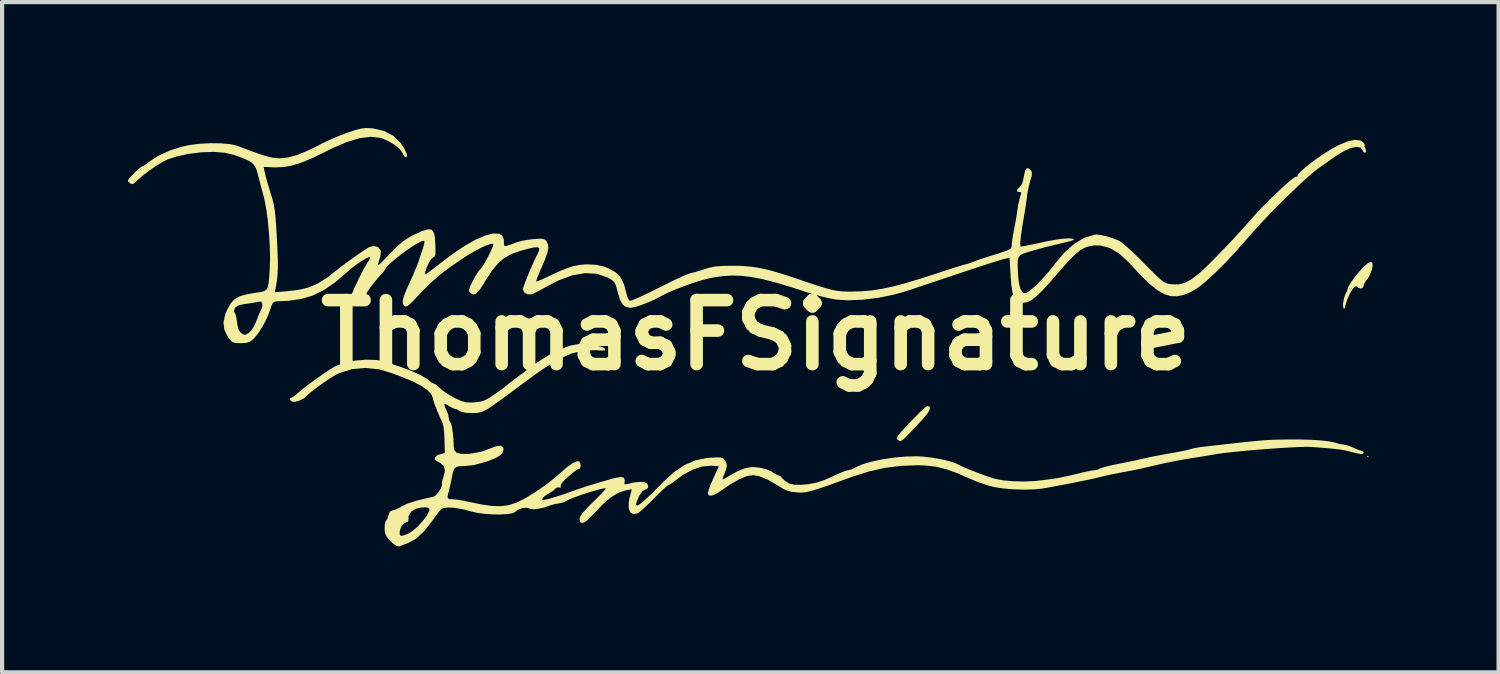
<source format=kicad_pcb>
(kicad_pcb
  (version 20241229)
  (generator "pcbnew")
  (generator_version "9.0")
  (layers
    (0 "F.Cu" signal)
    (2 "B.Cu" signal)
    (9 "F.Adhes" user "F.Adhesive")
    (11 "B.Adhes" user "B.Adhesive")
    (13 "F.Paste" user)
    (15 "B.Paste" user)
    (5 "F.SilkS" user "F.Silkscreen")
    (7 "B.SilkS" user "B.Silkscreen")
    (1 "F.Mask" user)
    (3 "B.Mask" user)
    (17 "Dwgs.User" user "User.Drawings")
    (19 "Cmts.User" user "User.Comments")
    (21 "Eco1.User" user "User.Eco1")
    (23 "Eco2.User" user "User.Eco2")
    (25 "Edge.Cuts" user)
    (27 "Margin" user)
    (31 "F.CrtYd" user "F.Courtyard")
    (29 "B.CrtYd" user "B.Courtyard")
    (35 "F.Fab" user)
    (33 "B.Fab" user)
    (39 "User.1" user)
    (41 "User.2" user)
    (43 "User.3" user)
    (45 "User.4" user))
  (footprint "ThomasFSignature"
    (layer "F.Cu")
    (at 14.962 4.935)
    (property "Reference" "ThomasFSignature" (at 0 0 0) (layer "F.SilkS") (effects (font (size 1.524 1.524) (thickness 0.3))))
    (attr board_only exclude_from_pos_files exclude_from_bom)
    (fp_poly (pts (xy 14.596 2.892) (xy 14.577 2.912) (xy 14.558 2.892) (xy 14.577 2.873)) (stroke (width 0) (type solid)) (fill yes) (layer "F.SilkS"))
    (fp_poly (pts (xy 4.141 1.709) (xy 4.137 1.775) (xy 4.079 1.875) (xy 3.994 1.976) (xy 3.816 2.169) (xy 3.682 2.313) (xy 3.585 2.414) (xy 3.517 2.478) (xy 3.47 2.512) (xy 3.438 2.523) (xy 3.411 2.516) (xy 3.383 2.498) (xy 3.374 2.493) (xy 3.352 2.462) (xy 3.371 2.411) (xy 3.437 2.327) (xy 3.468 2.292) (xy 3.623 2.123) (xy 3.771 1.969) (xy 3.901 1.84) (xy 4.005 1.744) (xy 4.072 1.692) (xy 4.089 1.686)) (stroke (width 0) (type solid)) (fill yes) (layer "F.SilkS"))
    (fp_poly (pts (xy 14.679 -1.733) (xy 14.693 -1.673) (xy 14.676 -1.572) (xy 14.636 -1.458) (xy 14.583 -1.356) (xy 14.537 -1.301) (xy 14.489 -1.225) (xy 14.481 -1.183) (xy 14.452 -1.122) (xy 14.405 -1.111) (xy 14.343 -1.127) (xy 14.328 -1.15) (xy 14.303 -1.166) (xy 14.26 -1.146) (xy 14.207 -1.086) (xy 14.145 -0.98) (xy 14.088 -0.855) (xy 14.051 -0.74) (xy 14.045 -0.711) (xy 14.024 -0.636) (xy 14.001 -0.63) (xy 13.986 -0.686) (xy 13.986 -0.747) (xy 14.006 -0.87) (xy 14.04 -0.973) (xy 14.047 -0.985) (xy 14.086 -1.063) (xy 14.098 -1.108) (xy 14.122 -1.172) (xy 14.186 -1.274) (xy 14.275 -1.396) (xy 14.378 -1.52) (xy 14.478 -1.626) (xy 14.576 -1.713) (xy 14.639 -1.746)) (stroke (width 0) (type solid)) (fill yes) (layer "F.SilkS"))
    (fp_poly (pts (xy -3.886 0.201) (xy -3.821 0.219) (xy -3.815 0.225) (xy -3.758 0.262) (xy -3.719 0.268) (xy -3.635 0.296) (xy -3.603 0.324) (xy -3.588 0.352) (xy -3.613 0.366) (xy -3.689 0.366) (xy -3.822 0.357) (xy -4.109 0.365) (xy -4.402 0.439) (xy -4.711 0.58) (xy -4.883 0.684) (xy -4.989 0.752) (xy -5.076 0.808) (xy -5.1 0.823) (xy -5.15 0.858) (xy -5.25 0.93) (xy -5.389 1.032) (xy -5.555 1.154) (xy -5.704 1.264) (xy -5.945 1.443) (xy -6.134 1.581) (xy -6.28 1.685) (xy -6.392 1.758) (xy -6.48 1.806) (xy -6.553 1.835) (xy -6.621 1.85) (xy -6.692 1.855) (xy -6.77 1.856) (xy -6.917 1.849) (xy -7.021 1.829) (xy -7.055 1.81) (xy -7.125 1.768) (xy -7.156 1.762) (xy -7.222 1.741) (xy -7.311 1.69) (xy -7.321 1.683) (xy -7.399 1.637) (xy -7.428 1.647) (xy -7.41 1.714) (xy -7.375 1.787) (xy -7.334 1.893) (xy -7.318 1.983) (xy -7.305 2.05) (xy -7.284 2.069) (xy -7.264 2.104) (xy -7.243 2.195) (xy -7.224 2.322) (xy -7.21 2.466) (xy -7.202 2.606) (xy -7.202 2.648) (xy -7.186 2.744) (xy -7.13 2.803) (xy -7.022 2.829) (xy -6.853 2.828) (xy -6.828 2.827) (xy -6.548 2.778) (xy -6.351 2.707) (xy -6.187 2.645) (xy -6.078 2.633) (xy -6.023 2.672) (xy -6.015 2.717) (xy -6.033 2.795) (xy -6.094 2.863) (xy -6.209 2.93) (xy -6.388 3.003) (xy -6.398 3.007) (xy -6.714 3.094) (xy -6.931 3.117) (xy -7.058 3.122) (xy -7.14 3.14) (xy -7.191 3.186) (xy -7.224 3.275) (xy -7.253 3.42) (xy -7.262 3.467) (xy -7.287 3.588) (xy -7.319 3.716) (xy -7.347 3.828) (xy -7.345 3.885) (xy -7.306 3.906) (xy -7.231 3.909) (xy -7.127 3.918) (xy -6.984 3.941) (xy -6.858 3.967) (xy -6.548 4.032) (xy -6.293 4.069) (xy -6.078 4.075) (xy -5.885 4.049) (xy -5.698 3.987) (xy -5.5 3.888) (xy -5.276 3.75) (xy -5.264 3.743) (xy -5.087 3.621) (xy -4.909 3.49) (xy -4.755 3.367) (xy -4.674 3.295) (xy -4.507 3.148) (xy -4.369 3.05) (xy -4.266 3.004) (xy -4.213 3.008) (xy -4.184 3.055) (xy -4.177 3.123) (xy -4.192 3.173) (xy -4.206 3.18) (xy -4.267 3.207) (xy -4.373 3.286) (xy -4.519 3.411) (xy -4.546 3.437) (xy -4.629 3.527) (xy -4.656 3.592) (xy -4.652 3.606) (xy -4.648 3.637) (xy -4.686 3.628) (xy -4.754 3.632) (xy -4.778 3.655) (xy -4.831 3.706) (xy -4.92 3.763) (xy -4.93 3.768) (xy -5.033 3.832) (xy -5.089 3.89) (xy -5.09 3.926) (xy -5.044 3.925) (xy -4.939 3.901) (xy -4.787 3.857) (xy -4.601 3.797) (xy -4.392 3.724) (xy -4.367 3.715) (xy -4.213 3.66) (xy -4.063 3.61) (xy -3.898 3.559) (xy -3.702 3.5) (xy -3.456 3.429) (xy -3.363 3.403) (xy -3.223 3.378) (xy -3.144 3.399) (xy -3.126 3.467) (xy -3.131 3.488) (xy -3.136 3.548) (xy -3.096 3.555) (xy -3.08 3.55) (xy -2.917 3.512) (xy -2.767 3.495) (xy -2.657 3.502) (xy -2.647 3.504) (xy -2.585 3.549) (xy -2.567 3.612) (xy -2.593 3.664) (xy -2.639 3.678) (xy -2.708 3.715) (xy -2.781 3.827) (xy -2.795 3.855) (xy -2.846 3.977) (xy -2.859 4.046) (xy -2.832 4.062) (xy -2.763 4.025) (xy -2.651 3.932) (xy -2.494 3.784) (xy -2.29 3.578) (xy -2.241 3.527) (xy -1.971 3.277) (xy -1.708 3.097) (xy -1.441 2.982) (xy -1.16 2.925) (xy -1.091 2.92) (xy -0.938 2.913) (xy -0.843 2.914) (xy -0.788 2.93) (xy -0.754 2.963) (xy -0.729 3.005) (xy -0.702 3.061) (xy -0.694 3.113) (xy -0.707 3.18) (xy -0.744 3.282) (xy -0.788 3.388) (xy -0.801 3.431) (xy -0.782 3.435) (xy -0.718 3.4) (xy -0.675 3.374) (xy -0.456 3.25) (xy -0.276 3.175) (xy -0.119 3.144) (xy -0.069 3.142) (xy 0.085 3.157) (xy 0.241 3.194) (xy 0.37 3.247) (xy 0.43 3.288) (xy 0.497 3.328) (xy 0.523 3.333) (xy 0.581 3.361) (xy 0.62 3.404) (xy 0.69 3.472) (xy 0.785 3.533) (xy 0.903 3.563) (xy 1.068 3.567) (xy 1.26 3.549) (xy 1.454 3.51) (xy 1.627 3.453) (xy 1.647 3.444) (xy 1.794 3.378) (xy 1.946 3.309) (xy 1.984 3.292) (xy 2.093 3.248) (xy 2.179 3.221) (xy 2.202 3.218) (xy 2.269 3.2) (xy 2.364 3.155) (xy 2.383 3.145) (xy 2.543 3.074) (xy 2.761 3.011) (xy 3.017 2.958) (xy 3.293 2.917) (xy 3.57 2.892) (xy 3.828 2.886) (xy 3.965 2.893) (xy 4.173 2.916) (xy 4.382 2.951) (xy 4.571 2.993) (xy 4.719 3.038) (xy 4.783 3.065) (xy 4.917 3.131) (xy 5.098 3.208) (xy 5.3 3.288) (xy 5.498 3.36) (xy 5.665 3.414) (xy 5.71 3.426) (xy 5.9 3.461) (xy 6.136 3.481) (xy 6.387 3.487) (xy 6.623 3.477) (xy 6.685 3.471) (xy 6.787 3.459) (xy 6.929 3.442) (xy 7.03 3.43) (xy 7.174 3.407) (xy 7.359 3.371) (xy 7.554 3.327) (xy 7.622 3.31) (xy 7.787 3.27) (xy 7.931 3.239) (xy 8.034 3.221) (xy 8.065 3.218) (xy 8.147 3.203) (xy 8.181 3.183) (xy 8.232 3.162) (xy 8.341 3.132) (xy 8.491 3.096) (xy 8.639 3.066) (xy 8.836 3.026) (xy 9.03 2.986) (xy 9.193 2.95) (xy 9.271 2.932) (xy 9.404 2.902) (xy 9.583 2.867) (xy 9.778 2.831) (xy 9.865 2.816) (xy 10.038 2.786) (xy 10.193 2.755) (xy 10.305 2.73) (xy 10.344 2.718) (xy 10.443 2.692) (xy 10.573 2.67) (xy 10.612 2.664) (xy 10.989 2.621) (xy 11.3 2.586) (xy 11.554 2.558) (xy 11.762 2.536) (xy 11.932 2.52) (xy 12.075 2.507) (xy 12.2 2.499) (xy 12.317 2.493) (xy 12.437 2.489) (xy 12.567 2.487) (xy 12.662 2.485) (xy 12.953 2.485) (xy 13.225 2.493) (xy 13.464 2.509) (xy 13.656 2.531) (xy 13.787 2.559) (xy 13.806 2.565) (xy 13.914 2.596) (xy 13.995 2.606) (xy 14.082 2.624) (xy 14.196 2.665) (xy 14.232 2.682) (xy 14.337 2.728) (xy 14.416 2.754) (xy 14.434 2.757) (xy 14.477 2.781) (xy 14.471 2.82) (xy 14.432 2.835) (xy 14.37 2.826) (xy 14.261 2.802) (xy 14.16 2.777) (xy 14.069 2.754) (xy 13.98 2.736) (xy 13.88 2.721) (xy 13.754 2.707) (xy 13.587 2.691) (xy 13.366 2.674) (xy 13.227 2.663) (xy 13.11 2.661) (xy 12.931 2.666) (xy 12.704 2.677) (xy 12.443 2.693) (xy 12.164 2.713) (xy 11.879 2.735) (xy 11.604 2.76) (xy 11.353 2.785) (xy 11.139 2.809) (xy 10.978 2.833) (xy 10.957 2.836) (xy 10.823 2.859) (xy 10.644 2.889) (xy 10.449 2.919) (xy 10.367 2.932) (xy 10.159 2.967) (xy 9.915 3.014) (xy 9.674 3.064) (xy 9.563 3.09) (xy 9.337 3.142) (xy 9.158 3.183) (xy 8.996 3.217) (xy 8.822 3.25) (xy 8.62 3.288) (xy 8.458 3.32) (xy 8.275 3.362) (xy 8.179 3.385) (xy 8.054 3.415) (xy 7.871 3.454) (xy 7.65 3.499) (xy 7.41 3.547) (xy 7.168 3.593) (xy 6.944 3.634) (xy 6.81 3.657) (xy 6.619 3.676) (xy 6.383 3.681) (xy 6.128 3.673) (xy 5.885 3.652) (xy 5.681 3.621) (xy 5.666 3.618) (xy 5.484 3.567) (xy 5.278 3.496) (xy 5.095 3.42) (xy 4.792 3.287) (xy 4.529 3.194) (xy 4.289 3.135) (xy 4.049 3.106) (xy 3.85 3.099) (xy 3.445 3.115) (xy 3.07 3.162) (xy 2.697 3.246) (xy 2.296 3.373) (xy 2.241 3.393) (xy 1.942 3.501) (xy 1.706 3.586) (xy 1.521 3.649) (xy 1.378 3.694) (xy 1.268 3.724) (xy 1.18 3.741) (xy 1.105 3.749) (xy 1.032 3.749) (xy 0.977 3.746) (xy 0.83 3.73) (xy 0.709 3.692) (xy 0.577 3.62) (xy 0.524 3.585) (xy 0.274 3.439) (xy 0.059 3.356) (xy -0.081 3.335) (xy -0.221 3.36) (xy -0.4 3.434) (xy -0.605 3.55) (xy -0.762 3.658) (xy -0.925 3.767) (xy -1.046 3.822) (xy -1.122 3.822) (xy -1.149 3.768) (xy -1.149 3.764) (xy -1.133 3.699) (xy -1.092 3.587) (xy -1.033 3.448) (xy -1.016 3.41) (xy -0.884 3.122) (xy -1.074 3.111) (xy -1.286 3.13) (xy -1.518 3.208) (xy -1.75 3.335) (xy -1.907 3.454) (xy -1.993 3.521) (xy -2.058 3.559) (xy -2.072 3.563) (xy -2.113 3.589) (xy -2.194 3.659) (xy -2.305 3.763) (xy -2.425 3.884) (xy -2.556 4.014) (xy -2.675 4.127) (xy -2.767 4.207) (xy -2.816 4.242) (xy -2.92 4.266) (xy -2.993 4.225) (xy -3.032 4.129) (xy -3.033 3.985) (xy -3.01 3.868) (xy -2.959 3.671) (xy -3.098 3.696) (xy -3.27 3.751) (xy -3.445 3.855) (xy -3.635 4.016) (xy -3.806 4.193) (xy -3.95 4.344) (xy -4.055 4.437) (xy -4.128 4.476) (xy -4.176 4.465) (xy -4.199 4.428) (xy -4.205 4.374) (xy -4.18 4.307) (xy -4.117 4.22) (xy -4.009 4.101) (xy -3.852 3.945) (xy -3.735 3.829) (xy -3.643 3.733) (xy -3.589 3.669) (xy -3.578 3.65) (xy -3.624 3.65) (xy -3.724 3.672) (xy -3.861 3.71) (xy -4.019 3.758) (xy -4.18 3.811) (xy -4.328 3.864) (xy -4.445 3.911) (xy -4.514 3.946) (xy -4.524 3.955) (xy -4.573 3.98) (xy -4.667 4.003) (xy -4.696 4.008) (xy -4.815 4.03) (xy -4.912 4.059) (xy -4.923 4.063) (xy -5.048 4.108) (xy -5.183 4.137) (xy -5.302 4.148) (xy -5.381 4.137) (xy -5.389 4.132) (xy -5.465 4.111) (xy -5.571 4.123) (xy -5.673 4.161) (xy -5.733 4.209) (xy -5.795 4.241) (xy -5.916 4.262) (xy -6.077 4.272) (xy -6.261 4.271) (xy -6.45 4.259) (xy -6.627 4.237) (xy -6.774 4.204) (xy -6.781 4.202) (xy -6.983 4.148) (xy -7.174 4.116) (xy -7.336 4.106) (xy -7.453 4.121) (xy -7.493 4.14) (xy -7.545 4.197) (xy -7.623 4.297) (xy -7.707 4.416) (xy -7.904 4.669) (xy -8.101 4.85) (xy -8.294 4.956) (xy -8.405 4.996) (xy -8.49 5.028) (xy -8.505 5.034) (xy -8.57 5.021) (xy -8.666 4.949) (xy -8.706 4.909) (xy -8.796 4.805) (xy -8.839 4.714) (xy -8.843 4.674) (xy -8.489 4.674) (xy -8.488 4.752) (xy -8.459 4.783) (xy -8.388 4.77) (xy -8.296 4.734) (xy -8.185 4.667) (xy -8.062 4.562) (xy -7.945 4.436) (xy -7.849 4.309) (xy -7.79 4.197) (xy -7.778 4.147) (xy -7.81 4.112) (xy -7.894 4.101) (xy -8.01 4.113) (xy -8.115 4.141) (xy -8.221 4.21) (xy -8.279 4.315) (xy -8.281 4.396) (xy -8.291 4.441) (xy -8.302 4.445) (xy -8.383 4.481) (xy -8.453 4.565) (xy -8.489 4.666) (xy -8.489 4.674) (xy -8.843 4.674) (xy -8.85 4.605) (xy -8.85 4.605) (xy -8.842 4.502) (xy -8.824 4.436) (xy -8.816 4.428) (xy -8.786 4.379) (xy -8.76 4.292) (xy -8.724 4.202) (xy -8.661 4.176) (xy -8.582 4.155) (xy -8.48 4.103) (xy -8.45 4.084) (xy -8.314 4.017) (xy -8.104 3.948) (xy -7.822 3.879) (xy -7.679 3.849) (xy -7.625 3.813) (xy -7.564 3.738) (xy -7.51 3.65) (xy -7.481 3.573) (xy -7.485 3.536) (xy -7.483 3.493) (xy -7.456 3.409) (xy -7.448 3.387) (xy -7.411 3.236) (xy -7.438 3.118) (xy -7.526 3.041) (xy -7.551 3.031) (xy -7.64 2.979) (xy -7.656 2.92) (xy -7.6 2.865) (xy -7.538 2.842) (xy -7.413 2.809) (xy -7.422 2.487) (xy -7.43 2.328) (xy -7.445 2.192) (xy -7.463 2.102) (xy -7.468 2.088) (xy -7.538 1.94) (xy -7.603 1.786) (xy -7.657 1.646) (xy -7.692 1.541) (xy -7.7 1.497) (xy -7.736 1.406) (xy -7.836 1.304) (xy -7.991 1.199) (xy -8.191 1.096) (xy -8.333 1.038) (xy -8.466 0.986) (xy -8.58 0.942) (xy -8.639 0.918) (xy -8.967 0.817) (xy -9.301 0.781) (xy -9.625 0.809) (xy -9.925 0.903) (xy -9.98 0.929) (xy -10.086 0.989) (xy -10.219 1.075) (xy -10.363 1.174) (xy -10.5 1.275) (xy -10.614 1.365) (xy -10.687 1.431) (xy -10.702 1.449) (xy -10.767 1.506) (xy -10.87 1.556) (xy -10.977 1.587) (xy -11.05 1.585) (xy -11.1 1.548) (xy -11.107 1.508) (xy -11.077 1.494) (xy -11.031 1.47) (xy -10.953 1.411) (xy -10.914 1.377) (xy -10.797 1.28) (xy -10.642 1.161) (xy -10.468 1.034) (xy -10.295 0.913) (xy -10.14 0.811) (xy -10.023 0.741) (xy -10.011 0.735) (xy -9.809 0.66) (xy -9.561 0.608) (xy -9.297 0.584) (xy -9.069 0.59) (xy -8.928 0.607) (xy -8.817 0.627) (xy -8.758 0.648) (xy -8.757 0.648) (xy -8.699 0.677) (xy -8.594 0.716) (xy -8.511 0.742) (xy -8.348 0.798) (xy -8.175 0.868) (xy -8.012 0.944) (xy -7.878 1.016) (xy -7.792 1.076) (xy -7.78 1.088) (xy -7.718 1.139) (xy -7.684 1.149) (xy -7.63 1.175) (xy -7.553 1.239) (xy -7.53 1.263) (xy -7.438 1.339) (xy -7.306 1.426) (xy -7.177 1.497) (xy -7.033 1.564) (xy -6.92 1.598) (xy -6.805 1.606) (xy -6.707 1.602) (xy -6.572 1.585) (xy -6.461 1.551) (xy -6.342 1.487) (xy -6.238 1.417) (xy -6.116 1.33) (xy -6.017 1.258) (xy -5.959 1.212) (xy -5.954 1.208) (xy -5.903 1.165) (xy -5.811 1.094) (xy -5.733 1.034) (xy -5.591 0.929) (xy -5.437 0.813) (xy -5.372 0.763) (xy -5.249 0.675) (xy -5.107 0.581) (xy -4.963 0.49) (xy -4.833 0.414) (xy -4.734 0.362) (xy -4.684 0.345) (xy -4.628 0.329) (xy -4.538 0.29) (xy -4.526 0.284) (xy -4.427 0.25) (xy -4.292 0.223) (xy -4.143 0.204) (xy -4 0.196)) (stroke (width 0) (type solid)) (fill yes) (layer "F.SilkS"))
    (fp_poly (pts (xy -9.182 -4.931) (xy -9.144 -4.928) (xy -8.866 -4.867) (xy -8.639 -4.748) (xy -8.46 -4.571) (xy -8.441 -4.544) (xy -8.371 -4.43) (xy -8.325 -4.332) (xy -8.313 -4.284) (xy -8.329 -4.235) (xy -8.366 -4.245) (xy -8.411 -4.308) (xy -8.428 -4.349) (xy -8.492 -4.438) (xy -8.608 -4.534) (xy -8.753 -4.622) (xy -8.907 -4.688) (xy -8.96 -4.703) (xy -9.186 -4.726) (xy -9.452 -4.691) (xy -9.759 -4.597) (xy -10.11 -4.445) (xy -10.227 -4.386) (xy -10.541 -4.231) (xy -10.808 -4.119) (xy -11.038 -4.045) (xy -11.247 -4.006) (xy -11.445 -3.997) (xy -11.47 -3.998) (xy -11.729 -4.009) (xy -11.705 -3.88) (xy -11.682 -3.786) (xy -11.643 -3.644) (xy -11.593 -3.478) (xy -11.568 -3.398) (xy -11.527 -3.263) (xy -11.495 -3.138) (xy -11.471 -3.007) (xy -11.452 -2.854) (xy -11.437 -2.663) (xy -11.421 -2.418) (xy -11.415 -2.299) (xy -11.401 -2.012) (xy -11.393 -1.786) (xy -11.392 -1.607) (xy -11.398 -1.458) (xy -11.411 -1.325) (xy -11.431 -1.191) (xy -11.442 -1.134) (xy -11.463 -1.023) (xy -11.143 -1.049) (xy -10.873 -1.083) (xy -10.643 -1.141) (xy -10.432 -1.235) (xy -10.216 -1.372) (xy -10.024 -1.522) (xy -9.893 -1.626) (xy -9.734 -1.744) (xy -9.566 -1.865) (xy -9.407 -1.975) (xy -9.276 -2.061) (xy -9.207 -2.101) (xy -9.103 -2.125) (xy -9.007 -2.098) (xy -8.946 -2.031) (xy -8.937 -1.995) (xy -8.946 -1.906) (xy -8.975 -1.79) (xy -8.985 -1.76) (xy -9.005 -1.698) (xy -9.007 -1.668) (xy -8.984 -1.677) (xy -8.928 -1.727) (xy -8.832 -1.825) (xy -8.728 -1.935) (xy -8.564 -2.101) (xy -8.425 -2.223) (xy -8.291 -2.315) (xy -8.142 -2.395) (xy -8.141 -2.395) (xy -7.953 -2.481) (xy -7.819 -2.522) (xy -7.731 -2.514) (xy -7.679 -2.452) (xy -7.651 -2.333) (xy -7.64 -2.165) (xy -7.636 -2.013) (xy -7.641 -1.921) (xy -7.658 -1.873) (xy -7.691 -1.853) (xy -7.696 -1.851) (xy -7.741 -1.809) (xy -7.796 -1.72) (xy -7.847 -1.61) (xy -7.883 -1.504) (xy -7.892 -1.445) (xy -7.864 -1.456) (xy -7.788 -1.508) (xy -7.676 -1.592) (xy -7.537 -1.7) (xy -7.518 -1.715) (xy -7.221 -1.94) (xy -6.942 -2.127) (xy -6.686 -2.271) (xy -6.462 -2.37) (xy -6.275 -2.421) (xy -6.132 -2.42) (xy -6.107 -2.412) (xy -6.04 -2.365) (xy -6.008 -2.279) (xy -6.005 -2.154) (xy -5.991 -2.126) (xy -5.941 -2.126) (xy -5.842 -2.157) (xy -5.708 -2.21) (xy -5.599 -2.242) (xy -5.448 -2.271) (xy -5.31 -2.288) (xy -5.166 -2.298) (xy -5.077 -2.293) (xy -5.025 -2.272) (xy -4.994 -2.24) (xy -4.956 -2.165) (xy -4.948 -2.074) (xy -4.972 -1.954) (xy -5.031 -1.791) (xy -5.097 -1.638) (xy -5.162 -1.491) (xy -5.21 -1.372) (xy -5.236 -1.297) (xy -5.238 -1.279) (xy -5.199 -1.288) (xy -5.109 -1.324) (xy -4.985 -1.38) (xy -4.942 -1.401) (xy -4.701 -1.514) (xy -4.509 -1.594) (xy -4.347 -1.646) (xy -4.2 -1.674) (xy -4.049 -1.685) (xy -3.999 -1.686) (xy -3.799 -1.675) (xy -3.631 -1.637) (xy -3.51 -1.59) (xy -3.343 -1.496) (xy -3.226 -1.377) (xy -3.146 -1.214) (xy -3.101 -1.042) (xy -3.069 -0.925) (xy -3.031 -0.843) (xy -3.008 -0.819) (xy -2.96 -0.829) (xy -2.855 -0.871) (xy -2.706 -0.937) (xy -2.524 -1.024) (xy -2.324 -1.124) (xy -2.114 -1.229) (xy -1.919 -1.324) (xy -1.753 -1.4) (xy -1.629 -1.453) (xy -1.564 -1.475) (xy -1.446 -1.504) (xy -1.306 -1.546) (xy -1.264 -1.56) (xy -1.138 -1.6) (xy -1.028 -1.626) (xy -0.909 -1.642) (xy -0.761 -1.65) (xy -0.559 -1.653) (xy -0.556 -1.653) (xy -0.327 -1.649) (xy -0.114 -1.631) (xy 0.101 -1.598) (xy 0.333 -1.544) (xy 0.6 -1.467) (xy 0.917 -1.364) (xy 0.996 -1.337) (xy 1.276 -1.241) (xy 1.496 -1.169) (xy 1.67 -1.116) (xy 1.811 -1.079) (xy 1.931 -1.056) (xy 2.043 -1.043) (xy 2.161 -1.038) (xy 2.26 -1.037) (xy 2.508 -1.044) (xy 2.751 -1.065) (xy 3.004 -1.104) (xy 3.278 -1.163) (xy 3.587 -1.246) (xy 3.944 -1.354) (xy 4.247 -1.452) (xy 4.467 -1.525) (xy 4.663 -1.588) (xy 4.823 -1.638) (xy 4.935 -1.672) (xy 4.987 -1.686) (xy 4.988 -1.686) (xy 5.047 -1.7) (xy 5.139 -1.734) (xy 5.147 -1.737) (xy 5.258 -1.78) (xy 5.398 -1.828) (xy 5.459 -1.848) (xy 5.688 -1.918) (xy 5.853 -1.971) (xy 5.966 -2.01) (xy 6.036 -2.042) (xy 6.073 -2.069) (xy 6.089 -2.099) (xy 6.091 -2.134) (xy 6.091 -2.144) (xy 6.099 -2.23) (xy 6.119 -2.362) (xy 6.147 -2.509) (xy 6.179 -2.675) (xy 6.207 -2.838) (xy 6.223 -2.95) (xy 6.245 -3.093) (xy 6.275 -3.23) (xy 6.282 -3.256) (xy 6.31 -3.354) (xy 6.316 -3.398) (xy 6.298 -3.41) (xy 6.264 -3.41) (xy 6.212 -3.427) (xy 6.225 -3.473) (xy 6.281 -3.523) (xy 6.342 -3.609) (xy 6.379 -3.765) (xy 6.381 -3.781) (xy 6.41 -3.918) (xy 6.452 -3.98) (xy 6.509 -3.968) (xy 6.55 -3.928) (xy 6.574 -3.876) (xy 6.568 -3.796) (xy 6.537 -3.689) (xy 6.497 -3.537) (xy 6.466 -3.378) (xy 6.461 -3.333) (xy 6.445 -3.212) (xy 6.421 -3.047) (xy 6.392 -2.871) (xy 6.386 -2.835) (xy 6.339 -2.56) (xy 6.31 -2.347) (xy 6.296 -2.199) (xy 6.3 -2.121) (xy 6.31 -2.109) (xy 6.34 -2.113) (xy 6.401 -2.124) (xy 6.502 -2.144) (xy 6.654 -2.176) (xy 6.868 -2.222) (xy 6.948 -2.239) (xy 7.149 -2.276) (xy 7.327 -2.299) (xy 7.467 -2.306) (xy 7.555 -2.296) (xy 7.572 -2.287) (xy 7.573 -2.275) (xy 7.548 -2.261) (xy 7.486 -2.241) (xy 7.377 -2.213) (xy 7.211 -2.173) (xy 7.047 -2.134) (xy 6.873 -2.091) (xy 6.674 -2.036) (xy 6.52 -1.992) (xy 6.393 -1.952) (xy 6.309 -1.915) (xy 6.26 -1.864) (xy 6.237 -1.785) (xy 6.234 -1.661) (xy 6.241 -1.478) (xy 6.242 -1.456) (xy 6.264 -1.237) (xy 6.305 -1.087) (xy 6.366 -1.008) (xy 6.408 -0.996) (xy 6.476 -1.025) (xy 6.578 -1.103) (xy 6.705 -1.22) (xy 6.845 -1.366) (xy 6.987 -1.528) (xy 7.119 -1.695) (xy 7.122 -1.7) (xy 7.349 -1.97) (xy 7.585 -2.178) (xy 7.823 -2.32) (xy 8.057 -2.392) (xy 8.099 -2.397) (xy 8.202 -2.389) (xy 8.345 -2.357) (xy 8.502 -2.308) (xy 8.643 -2.251) (xy 8.658 -2.243) (xy 8.73 -2.194) (xy 8.842 -2.099) (xy 8.982 -1.971) (xy 9.139 -1.819) (xy 9.252 -1.706) (xy 9.421 -1.534) (xy 9.548 -1.409) (xy 9.643 -1.323) (xy 9.716 -1.269) (xy 9.779 -1.237) (xy 9.842 -1.22) (xy 9.891 -1.213) (xy 10.059 -1.208) (xy 10.215 -1.245) (xy 10.376 -1.331) (xy 10.558 -1.472) (xy 10.607 -1.515) (xy 10.741 -1.641) (xy 10.911 -1.811) (xy 11.105 -2.01) (xy 11.309 -2.225) (xy 11.51 -2.441) (xy 11.693 -2.645) (xy 11.809 -2.777) (xy 11.929 -2.911) (xy 12.072 -3.061) (xy 12.227 -3.218) (xy 12.385 -3.371) (xy 12.536 -3.513) (xy 12.669 -3.632) (xy 12.776 -3.721) (xy 12.845 -3.769) (xy 12.865 -3.774) (xy 12.899 -3.774) (xy 12.895 -3.787) (xy 12.911 -3.829) (xy 12.981 -3.903) (xy 13.092 -4) (xy 13.233 -4.112) (xy 13.392 -4.228) (xy 13.559 -4.341) (xy 13.721 -4.441) (xy 13.866 -4.52) (xy 13.868 -4.522) (xy 14.092 -4.615) (xy 14.271 -4.654) (xy 14.403 -4.638) (xy 14.463 -4.597) (xy 14.504 -4.542) (xy 14.505 -4.521) (xy 14.499 -4.493) (xy 14.519 -4.446) (xy 14.538 -4.375) (xy 14.517 -4.347) (xy 14.477 -4.357) (xy 14.455 -4.402) (xy 14.404 -4.469) (xy 14.305 -4.486) (xy 14.165 -4.455) (xy 13.994 -4.378) (xy 13.799 -4.257) (xy 13.784 -4.246) (xy 13.653 -4.153) (xy 13.498 -4.043) (xy 13.382 -3.961) (xy 13.258 -3.863) (xy 13.093 -3.719) (xy 12.899 -3.539) (xy 12.685 -3.333) (xy 12.463 -3.113) (xy 12.242 -2.889) (xy 12.034 -2.671) (xy 11.85 -2.469) (xy 11.751 -2.356) (xy 11.46 -2.024) (xy 11.187 -1.73) (xy 10.935 -1.479) (xy 10.712 -1.275) (xy 10.522 -1.124) (xy 10.37 -1.032) (xy 10.369 -1.031) (xy 10.193 -0.96) (xy 10.032 -0.925) (xy 9.877 -0.93) (xy 9.722 -0.979) (xy 9.556 -1.076) (xy 9.373 -1.224) (xy 9.164 -1.428) (xy 8.92 -1.691) (xy 8.897 -1.716) (xy 8.67 -1.932) (xy 8.44 -2.072) (xy 8.207 -2.136) (xy 8.067 -2.138) (xy 7.943 -2.12) (xy 7.831 -2.083) (xy 7.721 -2.02) (xy 7.601 -1.922) (xy 7.461 -1.782) (xy 7.29 -1.591) (xy 7.215 -1.504) (xy 7.003 -1.259) (xy 6.83 -1.071) (xy 6.689 -0.934) (xy 6.572 -0.841) (xy 6.473 -0.788) (xy 6.385 -0.77) (xy 6.3 -0.78) (xy 6.285 -0.785) (xy 6.208 -0.825) (xy 6.152 -0.896) (xy 6.112 -1.009) (xy 6.085 -1.177) (xy 6.066 -1.409) (xy 6.066 -1.413) (xy 6.041 -1.842) (xy 5.923 -1.818) (xy 5.853 -1.799) (xy 5.723 -1.759) (xy 5.544 -1.703) (xy 5.329 -1.633) (xy 5.089 -1.554) (xy 4.961 -1.511) (xy 4.714 -1.428) (xy 4.485 -1.352) (xy 4.287 -1.285) (xy 4.132 -1.233) (xy 4.03 -1.2) (xy 4.003 -1.191) (xy 3.905 -1.157) (xy 3.767 -1.111) (xy 3.657 -1.073) (xy 3.3 -0.968) (xy 2.921 -0.891) (xy 2.542 -0.844) (xy 2.187 -0.83) (xy 1.916 -0.847) (xy 1.749 -0.877) (xy 1.544 -0.925) (xy 1.335 -0.983) (xy 1.245 -1.012) (xy 0.828 -1.147) (xy 0.47 -1.254) (xy 0.161 -1.333) (xy -0.111 -1.386) (xy -0.355 -1.414) (xy -0.584 -1.42) (xy -0.807 -1.405) (xy -1.036 -1.37) (xy -1.103 -1.357) (xy -1.277 -1.313) (xy -1.489 -1.247) (xy -1.716 -1.167) (xy -1.937 -1.081) (xy -2.13 -0.997) (xy -2.272 -0.924) (xy -2.279 -0.92) (xy -2.408 -0.852) (xy -2.564 -0.782) (xy -2.726 -0.72) (xy -2.871 -0.673) (xy -2.975 -0.652) (xy -2.988 -0.651) (xy -3.097 -0.67) (xy -3.179 -0.732) (xy -3.243 -0.85) (xy -3.293 -1.017) (xy -3.329 -1.157) (xy -3.364 -1.244) (xy -3.414 -1.301) (xy -3.495 -1.352) (xy -3.545 -1.378) (xy -3.794 -1.463) (xy -4.072 -1.478) (xy -4.38 -1.424) (xy -4.715 -1.3) (xy -5.057 -1.119) (xy -5.182 -1.049) (xy -5.293 -0.994) (xy -5.354 -0.971) (xy -5.449 -0.975) (xy -5.526 -1.022) (xy -5.555 -1.09) (xy -5.54 -1.147) (xy -5.501 -1.255) (xy -5.445 -1.398) (xy -5.379 -1.556) (xy -5.311 -1.711) (xy -5.248 -1.847) (xy -5.21 -1.923) (xy -5.168 -2.013) (xy -5.164 -2.069) (xy -5.203 -2.094) (xy -5.295 -2.089) (xy -5.444 -2.055) (xy -5.618 -2.007) (xy -5.819 -1.936) (xy -5.986 -1.845) (xy -6.134 -1.723) (xy -6.276 -1.556) (xy -6.424 -1.334) (xy -6.487 -1.229) (xy -6.586 -1.075) (xy -6.667 -0.989) (xy -6.736 -0.965) (xy -6.799 -0.998) (xy -6.803 -1.001) (xy -6.832 -1.04) (xy -6.837 -1.087) (xy -6.812 -1.161) (xy -6.753 -1.281) (xy -6.749 -1.29) (xy -6.68 -1.416) (xy -6.614 -1.519) (xy -6.57 -1.571) (xy -6.526 -1.625) (xy -6.465 -1.722) (xy -6.398 -1.842) (xy -6.335 -1.966) (xy -6.285 -2.074) (xy -6.258 -2.149) (xy -6.258 -2.171) (xy -6.312 -2.175) (xy -6.417 -2.142) (xy -6.561 -2.077) (xy -6.731 -1.985) (xy -6.915 -1.874) (xy -6.976 -1.834) (xy -7.22 -1.669) (xy -7.419 -1.525) (xy -7.591 -1.386) (xy -7.757 -1.237) (xy -7.934 -1.062) (xy -8.136 -0.849) (xy -8.238 -0.745) (xy -8.305 -0.692) (xy -8.351 -0.682) (xy -8.379 -0.696) (xy -8.412 -0.745) (xy -8.416 -0.819) (xy -8.388 -0.931) (xy -8.326 -1.089) (xy -8.243 -1.272) (xy -8.169 -1.435) (xy -8.103 -1.591) (xy -8.055 -1.714) (xy -8.044 -1.743) (xy -7.998 -1.884) (xy -7.947 -2.034) (xy -7.938 -2.06) (xy -7.908 -2.163) (xy -7.899 -2.232) (xy -7.903 -2.246) (xy -7.951 -2.244) (xy -8.044 -2.201) (xy -8.168 -2.126) (xy -8.311 -2.03) (xy -8.459 -1.921) (xy -8.6 -1.81) (xy -8.72 -1.706) (xy -8.806 -1.618) (xy -8.845 -1.558) (xy -8.885 -1.493) (xy -8.902 -1.475) (xy -8.963 -1.413) (xy -9.043 -1.32) (xy -9.129 -1.214) (xy -9.205 -1.114) (xy -9.257 -1.038) (xy -9.271 -1.008) (xy -9.3 -0.953) (xy -9.37 -0.877) (xy -9.458 -0.801) (xy -9.542 -0.745) (xy -9.59 -0.728) (xy -9.646 -0.738) (xy -9.675 -0.772) (xy -9.674 -0.84) (xy -9.642 -0.947) (xy -9.578 -1.103) (xy -9.479 -1.314) (xy -9.426 -1.423) (xy -9.359 -1.554) (xy -9.294 -1.669) (xy -9.257 -1.728) (xy -9.211 -1.804) (xy -9.195 -1.851) (xy -9.222 -1.858) (xy -9.295 -1.826) (xy -9.399 -1.764) (xy -9.52 -1.682) (xy -9.643 -1.589) (xy -9.75 -1.497) (xy -10.033 -1.254) (xy -10.298 -1.072) (xy -10.561 -0.943) (xy -10.84 -0.861) (xy -11.151 -0.818) (xy -11.379 -0.807) (xy -11.463 -0.8) (xy -11.512 -0.768) (xy -11.547 -0.692) (xy -11.566 -0.63) (xy -11.64 -0.434) (xy -11.742 -0.23) (xy -11.857 -0.048) (xy -11.959 0.076) (xy -12.041 0.147) (xy -12.126 0.181) (xy -12.246 0.191) (xy -12.276 0.192) (xy -12.398 0.187) (xy -12.474 0.165) (xy -12.533 0.11) (xy -12.582 0.043) (xy -12.667 -0.126) (xy -12.688 -0.303) (xy -12.644 -0.5) (xy -12.615 -0.567) (xy -12.438 -0.567) (xy -12.422 -0.541) (xy -12.398 -0.492) (xy -12.376 -0.393) (xy -12.366 -0.315) (xy -12.337 -0.156) (xy -12.283 -0.065) (xy -12.274 -0.057) (xy -12.206 -0.012) (xy -12.153 -0.011) (xy -12.083 -0.057) (xy -12.063 -0.072) (xy -11.999 -0.149) (xy -11.933 -0.268) (xy -11.899 -0.35) (xy -11.854 -0.469) (xy -11.814 -0.56) (xy -11.794 -0.592) (xy -11.768 -0.656) (xy -11.761 -0.721) (xy -11.769 -0.783) (xy -11.808 -0.8) (xy -11.886 -0.788) (xy -12.003 -0.767) (xy -12.147 -0.746) (xy -12.194 -0.74) (xy -12.333 -0.709) (xy -12.409 -0.656) (xy -12.418 -0.641) (xy -12.438 -0.567) (xy -12.615 -0.567) (xy -12.588 -0.629) (xy -12.514 -0.759) (xy -12.43 -0.852) (xy -12.319 -0.918) (xy -12.166 -0.966) (xy -11.953 -1.005) (xy -11.927 -1.009) (xy -11.805 -1.027) (xy -11.72 -1.048) (xy -11.664 -1.085) (xy -11.63 -1.151) (xy -11.61 -1.258) (xy -11.596 -1.419) (xy -11.586 -1.572) (xy -11.578 -1.817) (xy -11.584 -2.104) (xy -11.602 -2.409) (xy -11.63 -2.713) (xy -11.667 -2.991) (xy -11.71 -3.224) (xy -11.727 -3.295) (xy -11.777 -3.48) (xy -11.829 -3.678) (xy -11.869 -3.831) (xy -11.904 -3.949) (xy -11.945 -4.036) (xy -12.006 -4.104) (xy -12.1 -4.162) (xy -12.24 -4.223) (xy -12.44 -4.296) (xy -12.658 -4.346) (xy -12.924 -4.366) (xy -13.218 -4.356) (xy -13.52 -4.319) (xy -13.81 -4.255) (xy -14.022 -4.185) (xy -14.138 -4.126) (xy -14.289 -4.034) (xy -14.45 -3.924) (xy -14.599 -3.812) (xy -14.712 -3.716) (xy -14.732 -3.695) (xy -14.808 -3.621) (xy -14.859 -3.596) (xy -14.907 -3.614) (xy -14.922 -3.625) (xy -14.958 -3.657) (xy -14.962 -3.692) (xy -14.926 -3.745) (xy -14.843 -3.833) (xy -14.826 -3.851) (xy -14.733 -3.94) (xy -14.658 -4.003) (xy -14.623 -4.023) (xy -14.574 -4.045) (xy -14.495 -4.102) (xy -14.472 -4.121) (xy -14.254 -4.267) (xy -13.971 -4.396) (xy -13.689 -4.488) (xy -13.484 -4.532) (xy -13.245 -4.56) (xy -12.993 -4.573) (xy -12.75 -4.57) (xy -12.537 -4.552) (xy -12.374 -4.517) (xy -12.355 -4.51) (xy -12.089 -4.409) (xy -11.882 -4.334) (xy -11.722 -4.28) (xy -11.597 -4.245) (xy -11.495 -4.225) (xy -11.404 -4.216) (xy -11.343 -4.214) (xy -11.161 -4.231) (xy -10.957 -4.284) (xy -10.719 -4.378) (xy -10.437 -4.515) (xy -10.37 -4.55) (xy -10.197 -4.635) (xy -9.987 -4.726) (xy -9.781 -4.807) (xy -9.726 -4.827) (xy -9.544 -4.887) (xy -9.409 -4.921) (xy -9.296 -4.935)) (stroke (width 0) (type solid)) (fill yes) (layer "F.SilkS")))
  (gr_rect
    (start -3 -3)
    (end 32.655 12.969)
    (stroke (width 0.1) (type default))
    (fill no)
    (layer "Edge.Cuts")))
</source>
